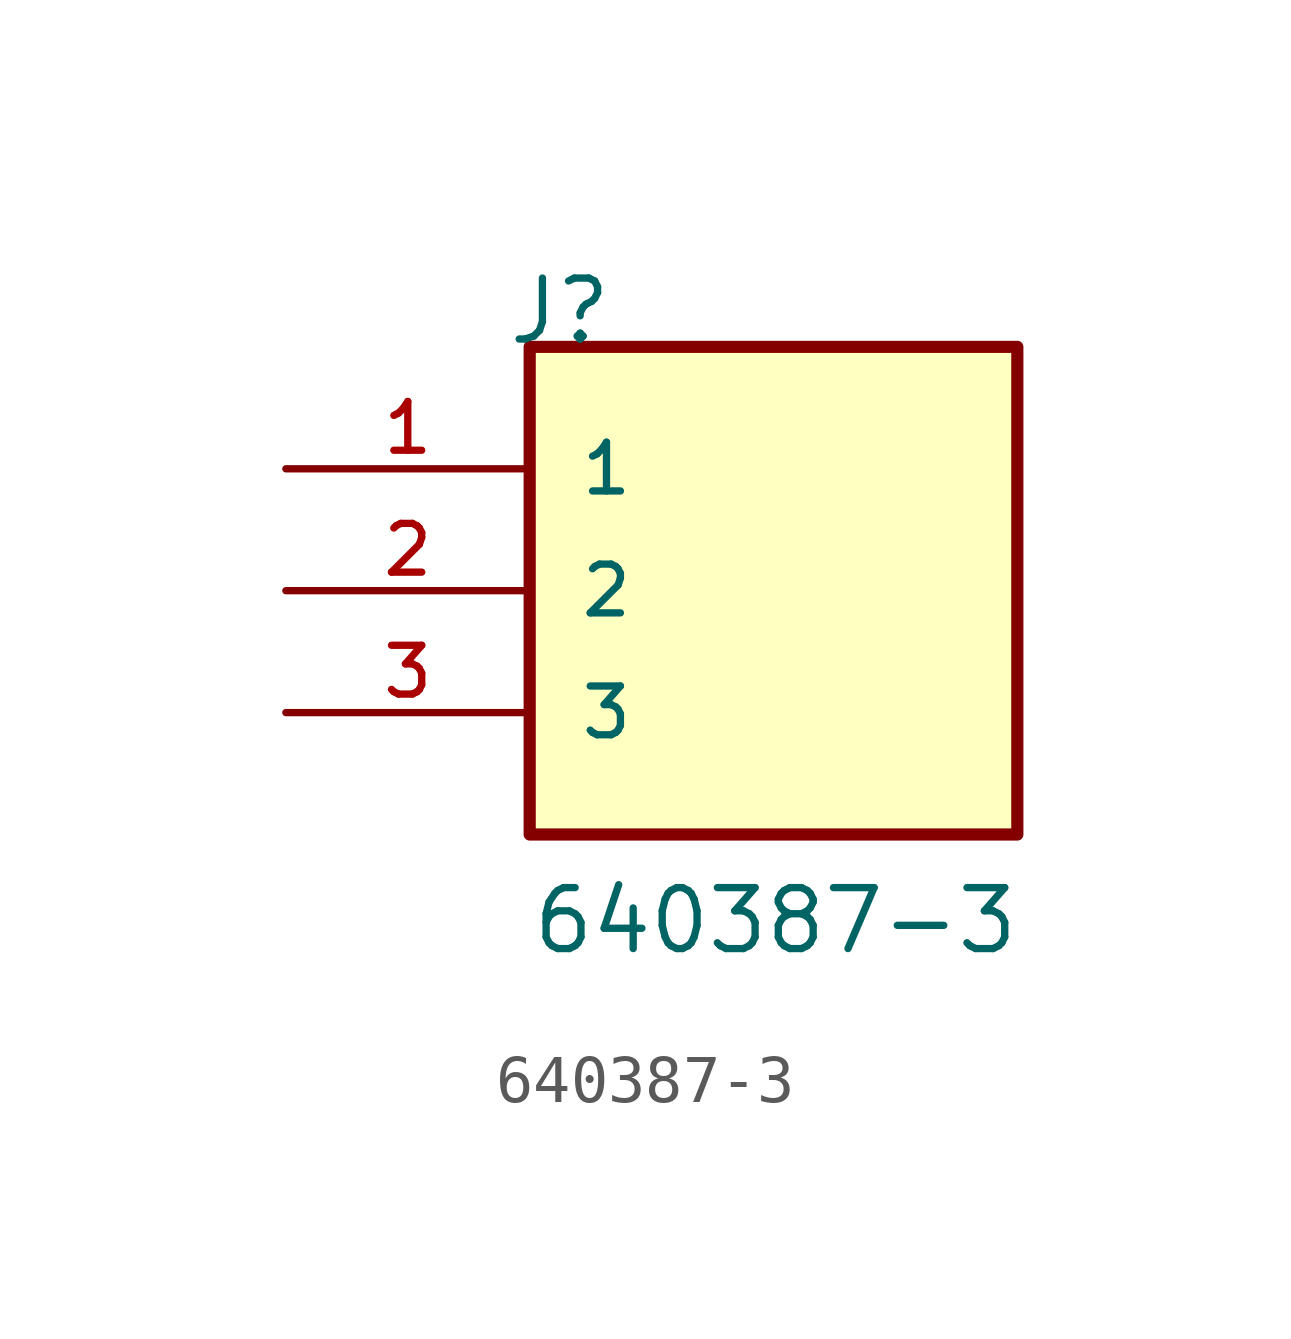
<source format=kicad_sym>
(kicad_symbol_lib
  (version 20211014)
  (generator kicad_symbol_editor)
  (symbol "640387-3"
    (pin_names
      (offset 1.016))
    (property "Reference" "J"
      (at -5.58 5.08 0)
      (effects (font (size 1.27 1.27)) (justify bottom left)))
    (property "Value" "640387-3"
      (at -5.08 -7.62 0)
      (effects (font (size 1.27 1.27)) (justify bottom left)))
    (symbol "640387-3_0_0"
      (rectangle (start -5.08 -5.08) (end 5.08 5.08) (stroke (width 0.254)) (fill (type background)))
      (pin passive line (at -10.16 2.54 0) (length 5.08) (name "1" (effects (font (size 1.016 1.016)))) (number "1" (effects (font (size 1.016 1.016)))))
      (pin passive line (at -10.16 0.0 0) (length 5.08) (name "2" (effects (font (size 1.016 1.016)))) (number "2" (effects (font (size 1.016 1.016)))))
      (pin passive line (at -10.16 -2.54 0) (length 5.08) (name "3" (effects (font (size 1.016 1.016)))) (number "3" (effects (font (size 1.016 1.016))))))))
</source>
